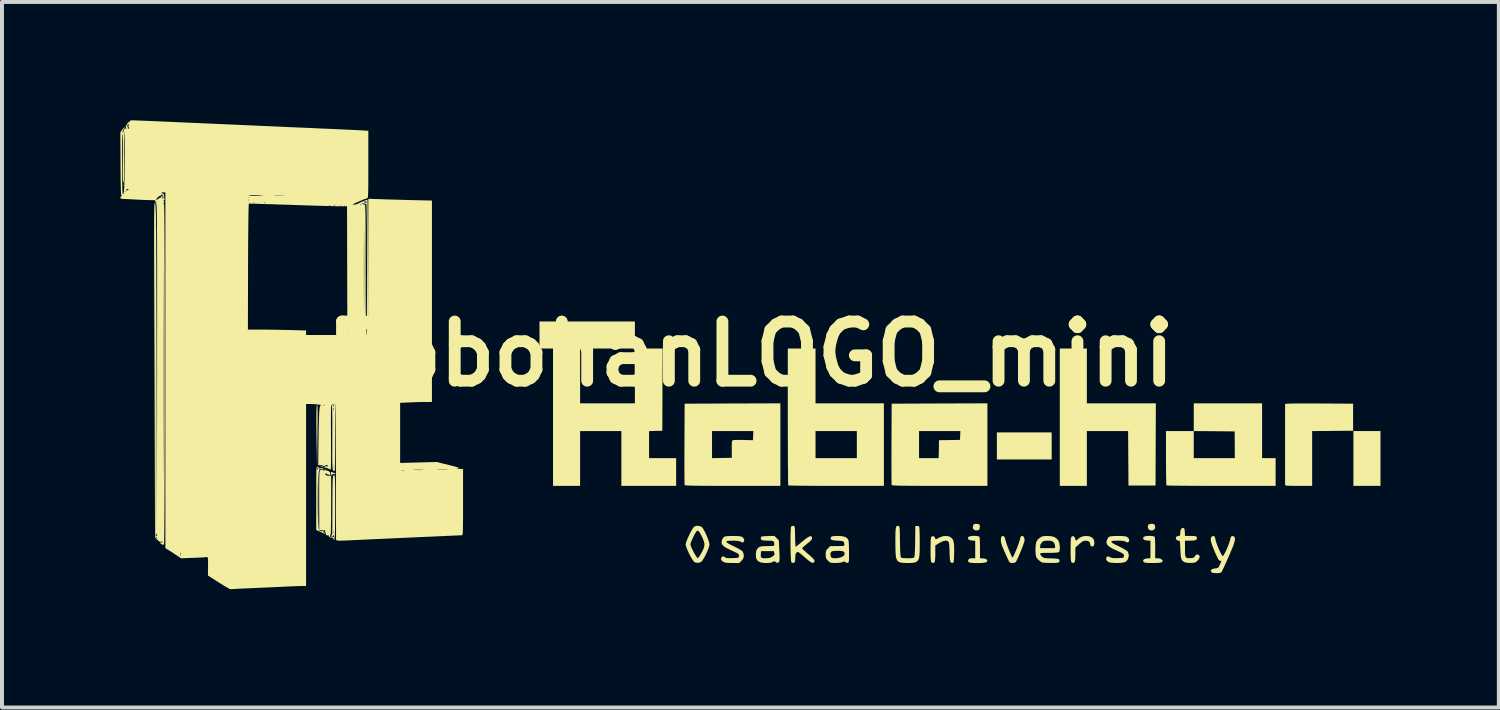
<source format=kicad_pcb>
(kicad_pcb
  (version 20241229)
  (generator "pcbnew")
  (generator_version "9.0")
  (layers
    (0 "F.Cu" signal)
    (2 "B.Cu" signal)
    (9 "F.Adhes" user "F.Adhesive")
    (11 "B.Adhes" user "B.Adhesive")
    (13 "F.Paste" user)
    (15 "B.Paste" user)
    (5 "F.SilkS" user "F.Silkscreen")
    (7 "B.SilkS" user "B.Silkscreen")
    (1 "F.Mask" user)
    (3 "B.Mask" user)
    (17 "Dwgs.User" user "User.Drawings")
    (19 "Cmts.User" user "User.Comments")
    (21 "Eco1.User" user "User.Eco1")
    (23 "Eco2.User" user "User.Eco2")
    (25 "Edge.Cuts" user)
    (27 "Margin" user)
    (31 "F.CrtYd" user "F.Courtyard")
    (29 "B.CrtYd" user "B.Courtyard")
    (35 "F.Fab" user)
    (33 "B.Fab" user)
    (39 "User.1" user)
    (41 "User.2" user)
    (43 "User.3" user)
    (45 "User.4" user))
  (footprint "RobohanLOGO_mini"
    (layer "F.Cu")
    (at 15.977 5.922)
    (property "Reference" "RobohanLOGO_mini" (at 0 0 0) (layer "F.SilkS") (effects (font (size 1.5 1.5) (thickness 0.3))))
    (attr board_only exclude_from_pos_files exclude_from_bom)
    (fp_poly (pts (xy -10.985 1.297) (xy -10.985 1.297) (xy -10.985 1.295)) (stroke (width 0) (type solid)) (fill yes) (layer "F.SilkS"))
    (fp_poly (pts (xy -10.95 2.821) (xy -10.95 2.821) (xy -10.95 2.821)) (stroke (width 0) (type solid)) (fill yes) (layer "F.SilkS"))
    (fp_poly (pts (xy -10.908 2.873) (xy -10.916 2.881) (xy -10.925 2.873) (xy -10.916 2.864)) (stroke (width 0) (type solid)) (fill yes) (layer "F.SilkS"))
    (fp_poly (pts (xy -15.904 -4.291) (xy -15.902 -4.264) (xy -15.905 -4.258) (xy -15.913 -4.263) (xy -15.914 -4.28) (xy -15.91 -4.299)) (stroke (width 0) (type solid)) (fill yes) (layer "F.SilkS"))
    (fp_poly (pts (xy -10.78 2.926) (xy -10.756 2.94) (xy -10.76 2.949) (xy -10.77 2.95) (xy -10.793 2.937) (xy -10.796 2.933) (xy -10.793 2.923)) (stroke (width 0) (type solid)) (fill yes) (layer "F.SilkS"))
    (fp_poly (pts (xy 7.632 2.332) (xy 7.632 2.675) (xy 6.937 2.675) (xy 6.243 2.675) (xy 6.243 2.332) (xy 6.243 1.989) (xy 6.937 1.989) (xy 7.632 1.989)) (stroke (width 0) (type solid)) (fill yes) (layer "F.SilkS"))
    (fp_poly (pts (xy 15.967 2.65) (xy 15.967 3.344) (xy 15.624 3.344) (xy 15.281 3.344) (xy 15.281 2.65) (xy 15.281 1.955) (xy 15.624 1.955) (xy 15.967 1.955)) (stroke (width 0) (type solid)) (fill yes) (layer "F.SilkS"))
    (fp_poly (pts (xy -10.985 1.297) (xy -10.994 2.058) (xy -11.002 2.821) (xy -11.007 2.052) (xy -11.007 1.863) (xy -11.008 1.706) (xy -11.007 1.578) (xy -11.006 1.477) (xy -11.004 1.401) (xy -11.002 1.347) (xy -10.998 1.312) (xy -10.994 1.294) (xy -10.989 1.291)) (stroke (width 0) (type solid)) (fill yes) (layer "F.SilkS"))
    (fp_poly (pts (xy -10.984 1.3) (xy -10.979 1.326) (xy -10.975 1.371) (xy -10.971 1.437) (xy -10.968 1.527) (xy -10.965 1.642) (xy -10.963 1.787) (xy -10.96 1.962) (xy -10.959 2.059) (xy -10.95 2.821) (xy -10.968 2.821) (xy -10.977 2.058) (xy -10.985 1.297)) (stroke (width 0) (type solid)) (fill yes) (layer "F.SilkS"))
    (fp_poly (pts (xy 10.221 4.312) (xy 10.247 4.337) (xy 10.256 4.386) (xy 10.256 4.4) (xy 10.242 4.441) (xy 10.206 4.467) (xy 10.159 4.476) (xy 10.113 4.463) (xy 10.094 4.449) (xy 10.071 4.407) (xy 10.071 4.359) (xy 10.088 4.325) (xy 10.118 4.312) (xy 10.164 4.305) (xy 10.172 4.305)) (stroke (width 0) (type solid)) (fill yes) (layer "F.SilkS"))
    (fp_poly (pts (xy 5.739 4.308) (xy 5.782 4.314) (xy 5.803 4.33) (xy 5.81 4.364) (xy 5.811 4.37) (xy 5.809 4.417) (xy 5.796 4.451) (xy 5.796 4.452) (xy 5.76 4.472) (xy 5.711 4.474) (xy 5.665 4.459) (xy 5.652 4.449) (xy 5.635 4.411) (xy 5.636 4.363) (xy 5.654 4.321) (xy 5.657 4.318) (xy 5.683 4.309) (xy 5.727 4.307)) (stroke (width 0) (type solid)) (fill yes) (layer "F.SilkS"))
    (fp_poly (pts (xy -10.609 2.997) (xy -10.583 3.012) (xy -10.58 3.012) (xy -10.549 3.016) (xy -10.548 3.016) (xy -10.531 3.032) (xy -10.53 3.038) (xy -10.545 3.049) (xy -10.573 3.046) (xy -10.603 3.042) (xy -10.607 3.055) (xy -10.605 3.061) (xy -10.605 3.083) (xy -10.612 3.087) (xy -10.627 3.072) (xy -10.637 3.036) (xy -10.637 3.036) (xy -10.638 2.995) (xy -10.626 2.985)) (stroke (width 0) (type solid)) (fill yes) (layer "F.SilkS"))
    (fp_poly (pts (xy 8.524 0.557) (xy 8.524 1.252) (xy 9.399 1.252) (xy 10.273 1.252) (xy 10.269 2.294) (xy 10.265 3.336) (xy 9.922 3.336) (xy 9.579 3.336) (xy 9.574 2.645) (xy 9.57 1.955) (xy 9.047 1.955) (xy 8.524 1.955) (xy 8.524 2.65) (xy 8.524 3.344) (xy 8.181 3.344) (xy 7.838 3.344) (xy 7.838 1.604) (xy 7.838 -0.137) (xy 8.181 -0.137) (xy 8.524 -0.137)) (stroke (width 0) (type solid)) (fill yes) (layer "F.SilkS"))
    (fp_poly (pts (xy -2.933 -0.48) (xy -2.933 -0.137) (xy -3.627 -0.137) (xy -4.322 -0.137) (xy -4.322 0.557) (xy -4.322 1.252) (xy -3.627 1.252) (xy -2.933 1.252) (xy -2.933 0.557) (xy -2.933 -0.137) (xy -2.581 -0.137) (xy -2.229 -0.137) (xy -2.234 0.905) (xy -2.238 1.947) (xy -2.405 1.951) (xy -2.573 1.956) (xy -2.573 2.299) (xy -2.573 2.641) (xy -2.23 2.641) (xy -1.887 2.641) (xy -1.887 2.993) (xy -1.887 3.344) (xy -2.581 3.344) (xy -3.276 3.344) (xy -3.276 2.65) (xy -3.276 1.955) (xy -3.799 1.955) (xy -4.322 1.955) (xy -4.322 2.65) (xy -4.322 3.344) (xy -4.665 3.344) (xy -5.008 3.344) (xy -5.008 1.604) (xy -5.008 -0.137) (xy -5.179 -0.137) (xy -5.351 -0.137) (xy -5.351 -0.48) (xy -5.351 -0.823) (xy -4.142 -0.823) (xy -2.933 -0.823)) (stroke (width 0) (type solid)) (fill yes) (layer "F.SilkS"))
    (fp_poly (pts (xy 5.722 4.614) (xy 5.772 4.622) (xy 5.801 4.636) (xy 5.804 4.641) (xy 5.807 4.667) (xy 5.81 4.72) (xy 5.813 4.795) (xy 5.814 4.883) (xy 5.814 4.923) (xy 5.814 5.178) (xy 5.894 5.183) (xy 5.956 5.194) (xy 5.992 5.217) (xy 6 5.248) (xy 5.987 5.272) (xy 5.959 5.285) (xy 5.906 5.294) (xy 5.836 5.3) (xy 5.757 5.302) (xy 5.678 5.301) (xy 5.607 5.296) (xy 5.553 5.288) (xy 5.524 5.276) (xy 5.523 5.275) (xy 5.512 5.244) (xy 5.522 5.215) (xy 5.543 5.191) (xy 5.581 5.181) (xy 5.617 5.179) (xy 5.694 5.179) (xy 5.694 4.957) (xy 5.694 4.735) (xy 5.614 4.73) (xy 5.552 4.719) (xy 5.516 4.696) (xy 5.508 4.665) (xy 5.521 4.641) (xy 5.551 4.625) (xy 5.601 4.615) (xy 5.661 4.611)) (stroke (width 0) (type solid)) (fill yes) (layer "F.SilkS"))
    (fp_poly (pts (xy 10.164 4.614) (xy 10.214 4.622) (xy 10.243 4.636) (xy 10.246 4.641) (xy 10.249 4.667) (xy 10.252 4.72) (xy 10.255 4.795) (xy 10.256 4.883) (xy 10.256 4.924) (xy 10.256 5.179) (xy 10.323 5.179) (xy 10.378 5.188) (xy 10.421 5.209) (xy 10.444 5.238) (xy 10.445 5.246) (xy 10.438 5.268) (xy 10.414 5.283) (xy 10.369 5.293) (xy 10.298 5.298) (xy 10.197 5.3) (xy 10.195 5.3) (xy 10.103 5.299) (xy 10.039 5.296) (xy 9.998 5.29) (xy 9.973 5.281) (xy 9.963 5.272) (xy 9.949 5.237) (xy 9.966 5.209) (xy 10.011 5.189) (xy 10.056 5.183) (xy 10.136 5.178) (xy 10.136 4.957) (xy 10.136 4.735) (xy 10.056 4.73) (xy 9.994 4.719) (xy 9.958 4.696) (xy 9.95 4.665) (xy 9.963 4.641) (xy 9.993 4.625) (xy 10.043 4.615) (xy 10.103 4.611)) (stroke (width 0) (type solid)) (fill yes) (layer "F.SilkS"))
    (fp_poly (pts (xy 12.966 1.947) (xy 12.966 2.641) (xy 13.137 2.641) (xy 13.309 2.641) (xy 13.309 2.993) (xy 13.309 3.344) (xy 11.931 3.344) (xy 11.717 3.344) (xy 11.512 3.344) (xy 11.32 3.343) (xy 11.144 3.342) (xy 10.984 3.341) (xy 10.846 3.34) (xy 10.73 3.339) (xy 10.639 3.337) (xy 10.577 3.335) (xy 10.545 3.334) (xy 10.542 3.333) (xy 10.539 3.314) (xy 10.537 3.264) (xy 10.535 3.188) (xy 10.533 3.088) (xy 10.532 2.969) (xy 10.531 2.834) (xy 10.53 2.687) (xy 10.53 2.638) (xy 10.53 1.955) (xy 10.882 1.955) (xy 11.234 1.955) (xy 11.234 2.298) (xy 11.234 2.641) (xy 11.754 2.641) (xy 12.274 2.641) (xy 12.273 2.302) (xy 12.271 1.964) (xy 11.752 1.959) (xy 11.234 1.955) (xy 11.234 1.604) (xy 11.234 1.252) (xy 12.1 1.252) (xy 12.966 1.252)) (stroke (width 0) (type solid)) (fill yes) (layer "F.SilkS"))
    (fp_poly (pts (xy 14.38 1.256) (xy 14.411 1.256) (xy 15.273 1.261) (xy 15.273 1.604) (xy 15.273 1.947) (xy 14.754 1.951) (xy 14.235 1.956) (xy 14.235 2.65) (xy 14.235 3.344) (xy 13.892 3.344) (xy 13.774 3.344) (xy 13.685 3.343) (xy 13.623 3.341) (xy 13.583 3.337) (xy 13.56 3.331) (xy 13.55 3.324) (xy 13.549 3.319) (xy 13.549 3.297) (xy 13.549 3.245) (xy 13.549 3.164) (xy 13.549 3.058) (xy 13.549 2.931) (xy 13.549 2.784) (xy 13.549 2.622) (xy 13.549 2.448) (xy 13.549 2.29) (xy 13.549 2.107) (xy 13.549 1.935) (xy 13.549 1.775) (xy 13.549 1.632) (xy 13.549 1.509) (xy 13.549 1.407) (xy 13.549 1.332) (xy 13.549 1.284) (xy 13.549 1.269) (xy 13.566 1.265) (xy 13.617 1.261) (xy 13.703 1.258) (xy 13.822 1.256) (xy 13.974 1.255) (xy 14.16 1.255)) (stroke (width 0) (type solid)) (fill yes) (layer "F.SilkS"))
    (fp_poly (pts (xy 6.003 2.298) (xy 6.003 3.344) (xy 4.793 3.344) (xy 4.55 3.344) (xy 4.34 3.344) (xy 4.16 3.343) (xy 4.008 3.342) (xy 3.883 3.341) (xy 3.782 3.339) (xy 3.704 3.337) (xy 3.646 3.334) (xy 3.607 3.331) (xy 3.584 3.327) (xy 3.575 3.323) (xy 3.575 3.323) (xy 3.574 3.302) (xy 3.573 3.25) (xy 3.572 3.17) (xy 3.571 3.065) (xy 3.571 2.938) (xy 3.57 2.792) (xy 3.57 2.63) (xy 3.571 2.455) (xy 3.571 2.281) (xy 3.573 1.955) (xy 4.27 1.955) (xy 4.27 2.298) (xy 4.27 2.641) (xy 4.519 2.641) (xy 4.767 2.641) (xy 4.772 2.414) (xy 4.776 2.187) (xy 5.042 2.183) (xy 5.308 2.179) (xy 5.313 2.067) (xy 5.318 1.955) (xy 4.794 1.955) (xy 4.27 1.955) (xy 3.573 1.955) (xy 3.576 1.261) (xy 4.789 1.256) (xy 6.003 1.252)) (stroke (width 0) (type solid)) (fill yes) (layer "F.SilkS"))
    (fp_poly (pts (xy 1.646 0.557) (xy 1.646 1.252) (xy 2.513 1.252) (xy 3.379 1.252) (xy 3.379 2.298) (xy 3.379 3.344) (xy 2.172 3.344) (xy 1.972 3.344) (xy 1.782 3.344) (xy 1.604 3.343) (xy 1.443 3.342) (xy 1.299 3.341) (xy 1.177 3.339) (xy 1.079 3.338) (xy 1.007 3.336) (xy 0.965 3.334) (xy 0.955 3.333) (xy 0.953 3.315) (xy 0.952 3.264) (xy 0.95 3.184) (xy 0.949 3.077) (xy 0.948 2.944) (xy 0.946 2.789) (xy 0.945 2.613) (xy 0.945 2.419) (xy 0.944 2.209) (xy 0.944 1.986) (xy 0.944 1.955) (xy 1.646 1.955) (xy 1.646 2.298) (xy 1.646 2.641) (xy 2.17 2.641) (xy 2.693 2.641) (xy 2.693 2.298) (xy 2.693 1.955) (xy 2.17 1.955) (xy 1.646 1.955) (xy 0.944 1.955) (xy 0.943 1.752) (xy 0.943 1.592) (xy 0.943 -0.137) (xy 1.295 -0.137) (xy 1.646 -0.137)) (stroke (width 0) (type solid)) (fill yes) (layer "F.SilkS"))
    (fp_poly (pts (xy 0.755 2.298) (xy 0.755 3.344) (xy -0.455 3.344) (xy -0.698 3.344) (xy -0.908 3.344) (xy -1.088 3.343) (xy -1.24 3.342) (xy -1.365 3.341) (xy -1.466 3.339) (xy -1.544 3.337) (xy -1.602 3.334) (xy -1.641 3.331) (xy -1.664 3.327) (xy -1.673 3.323) (xy -1.673 3.323) (xy -1.674 3.302) (xy -1.675 3.25) (xy -1.676 3.17) (xy -1.677 3.065) (xy -1.678 2.938) (xy -1.678 2.792) (xy -1.678 2.63) (xy -1.677 2.455) (xy -1.677 2.281) (xy -1.675 1.955) (xy -0.978 1.955) (xy -0.978 2.299) (xy -0.978 2.642) (xy -0.727 2.637) (xy -0.476 2.633) (xy -0.477 2.415) (xy -0.478 2.325) (xy -0.476 2.263) (xy -0.473 2.224) (xy -0.466 2.202) (xy -0.456 2.191) (xy -0.443 2.186) (xy -0.413 2.182) (xy -0.357 2.18) (xy -0.281 2.179) (xy -0.193 2.18) (xy -0.174 2.181) (xy 0.06 2.187) (xy 0.065 2.071) (xy 0.07 1.955) (xy -0.454 1.955) (xy -0.978 1.955) (xy -1.675 1.955) (xy -1.672 1.261) (xy -0.459 1.256) (xy 0.755 1.252)) (stroke (width 0) (type solid)) (fill yes) (layer "F.SilkS"))
    (fp_poly (pts (xy 8.583 4.622) (xy 8.648 4.649) (xy 8.693 4.694) (xy 8.695 4.698) (xy 8.709 4.742) (xy 8.713 4.794) (xy 8.707 4.842) (xy 8.693 4.873) (xy 8.687 4.877) (xy 8.645 4.88) (xy 8.616 4.858) (xy 8.61 4.833) (xy 8.599 4.777) (xy 8.565 4.745) (xy 8.506 4.734) (xy 8.501 4.734) (xy 8.459 4.737) (xy 8.423 4.749) (xy 8.383 4.776) (xy 8.33 4.821) (xy 8.232 4.908) (xy 8.232 5.083) (xy 8.23 5.176) (xy 8.224 5.239) (xy 8.211 5.278) (xy 8.191 5.296) (xy 8.172 5.3) (xy 8.145 5.289) (xy 8.133 5.279) (xy 8.124 5.257) (xy 8.118 5.209) (xy 8.114 5.132) (xy 8.112 5.024) (xy 8.112 4.955) (xy 8.113 4.843) (xy 8.114 4.761) (xy 8.117 4.703) (xy 8.122 4.665) (xy 8.13 4.642) (xy 8.139 4.629) (xy 8.174 4.617) (xy 8.206 4.634) (xy 8.227 4.674) (xy 8.229 4.688) (xy 8.239 4.724) (xy 8.257 4.73) (xy 8.287 4.704) (xy 8.294 4.698) (xy 8.354 4.651) (xy 8.428 4.623) (xy 8.507 4.613)) (stroke (width 0) (type solid)) (fill yes) (layer "F.SilkS"))
    (fp_poly (pts (xy 6.898 4.615) (xy 6.925 4.638) (xy 6.943 4.684) (xy 6.946 4.717) (xy 6.939 4.752) (xy 6.921 4.811) (xy 6.894 4.886) (xy 6.861 4.971) (xy 6.825 5.058) (xy 6.79 5.14) (xy 6.757 5.21) (xy 6.731 5.26) (xy 6.719 5.278) (xy 6.692 5.292) (xy 6.646 5.299) (xy 6.636 5.3) (xy 6.588 5.295) (xy 6.56 5.276) (xy 6.546 5.252) (xy 6.53 5.219) (xy 6.504 5.162) (xy 6.471 5.089) (xy 6.435 5.007) (xy 6.431 5) (xy 6.39 4.903) (xy 6.363 4.831) (xy 6.348 4.776) (xy 6.343 4.731) (xy 6.343 4.717) (xy 6.35 4.656) (xy 6.366 4.623) (xy 6.395 4.615) (xy 6.408 4.616) (xy 6.431 4.633) (xy 6.449 4.676) (xy 6.457 4.709) (xy 6.469 4.752) (xy 6.489 4.813) (xy 6.515 4.884) (xy 6.544 4.96) (xy 6.574 5.032) (xy 6.601 5.094) (xy 6.623 5.14) (xy 6.637 5.161) (xy 6.638 5.162) (xy 6.651 5.147) (xy 6.672 5.107) (xy 6.699 5.048) (xy 6.729 4.977) (xy 6.76 4.902) (xy 6.788 4.828) (xy 6.81 4.763) (xy 6.825 4.713) (xy 6.83 4.691) (xy 6.843 4.639) (xy 6.868 4.614)) (stroke (width 0) (type solid)) (fill yes) (layer "F.SilkS"))
    (fp_poly (pts (xy 5.04 4.629) (xy 5.09 4.662) (xy 5.118 4.692) (xy 5.137 4.729) (xy 5.15 4.778) (xy 5.158 4.843) (xy 5.161 4.932) (xy 5.16 5.047) (xy 5.159 5.077) (xy 5.157 5.166) (xy 5.154 5.226) (xy 5.149 5.263) (xy 5.142 5.284) (xy 5.13 5.293) (xy 5.115 5.296) (xy 5.09 5.295) (xy 5.071 5.278) (xy 5.058 5.243) (xy 5.05 5.184) (xy 5.045 5.098) (xy 5.043 5.02) (xy 5.041 4.936) (xy 5.037 4.861) (xy 5.031 4.804) (xy 5.025 4.775) (xy 4.996 4.741) (xy 4.946 4.732) (xy 4.88 4.745) (xy 4.8 4.783) (xy 4.78 4.795) (xy 4.682 4.856) (xy 4.682 5.057) (xy 4.681 5.156) (xy 4.675 5.224) (xy 4.665 5.268) (xy 4.649 5.292) (xy 4.626 5.299) (xy 4.622 5.3) (xy 4.594 5.289) (xy 4.583 5.279) (xy 4.574 5.257) (xy 4.568 5.209) (xy 4.564 5.132) (xy 4.562 5.024) (xy 4.562 4.955) (xy 4.563 4.842) (xy 4.564 4.759) (xy 4.568 4.7) (xy 4.573 4.662) (xy 4.58 4.64) (xy 4.588 4.631) (xy 4.625 4.618) (xy 4.659 4.633) (xy 4.677 4.665) (xy 4.684 4.687) (xy 4.694 4.696) (xy 4.715 4.691) (xy 4.755 4.67) (xy 4.781 4.656) (xy 4.874 4.621) (xy 4.962 4.612)) (stroke (width 0) (type solid)) (fill yes) (layer "F.SilkS"))
    (fp_poly (pts (xy 3.751 4.359) (xy 3.761 4.364) (xy 3.769 4.375) (xy 3.774 4.397) (xy 3.779 4.434) (xy 3.782 4.491) (xy 3.784 4.572) (xy 3.785 4.68) (xy 3.786 4.75) (xy 3.789 4.892) (xy 3.793 5.006) (xy 3.798 5.089) (xy 3.804 5.14) (xy 3.81 5.157) (xy 3.836 5.17) (xy 3.891 5.177) (xy 3.976 5.179) (xy 3.979 5.179) (xy 4.065 5.177) (xy 4.121 5.17) (xy 4.148 5.157) (xy 4.148 5.157) (xy 4.155 5.13) (xy 4.161 5.071) (xy 4.166 4.981) (xy 4.17 4.86) (xy 4.172 4.749) (xy 4.176 4.365) (xy 4.217 4.359) (xy 4.254 4.363) (xy 4.273 4.376) (xy 4.277 4.399) (xy 4.281 4.452) (xy 4.284 4.528) (xy 4.286 4.622) (xy 4.287 4.729) (xy 4.287 4.773) (xy 4.287 4.908) (xy 4.285 5.014) (xy 4.281 5.094) (xy 4.273 5.154) (xy 4.262 5.197) (xy 4.245 5.229) (xy 4.224 5.253) (xy 4.198 5.273) (xy 4.161 5.286) (xy 4.1 5.295) (xy 4.025 5.299) (xy 3.944 5.3) (xy 3.868 5.296) (xy 3.806 5.288) (xy 3.773 5.278) (xy 3.742 5.259) (xy 3.718 5.234) (xy 3.699 5.199) (xy 3.686 5.15) (xy 3.678 5.083) (xy 3.673 4.993) (xy 3.671 4.876) (xy 3.67 4.766) (xy 3.671 4.635) (xy 3.672 4.534) (xy 3.676 4.46) (xy 3.683 4.41) (xy 3.693 4.378) (xy 3.707 4.361) (xy 3.726 4.357)) (stroke (width 0) (type solid)) (fill yes) (layer "F.SilkS"))
    (fp_poly (pts (xy 11.755 4.624) (xy 11.775 4.66) (xy 11.779 4.682) (xy 11.788 4.727) (xy 11.807 4.788) (xy 11.833 4.859) (xy 11.863 4.933) (xy 11.895 5.004) (xy 11.925 5.063) (xy 11.95 5.106) (xy 11.968 5.124) (xy 11.97 5.124) (xy 11.988 5.107) (xy 12.013 5.064) (xy 12.044 5.004) (xy 12.076 4.933) (xy 12.107 4.858) (xy 12.133 4.787) (xy 12.152 4.728) (xy 12.158 4.699) (xy 12.174 4.642) (xy 12.202 4.615) (xy 12.238 4.62) (xy 12.255 4.631) (xy 12.272 4.653) (xy 12.279 4.683) (xy 12.275 4.727) (xy 12.26 4.786) (xy 12.232 4.866) (xy 12.191 4.968) (xy 12.136 5.097) (xy 12.124 5.125) (xy 12.078 5.23) (xy 12.035 5.326) (xy 11.997 5.408) (xy 11.967 5.471) (xy 11.948 5.51) (xy 11.943 5.518) (xy 11.925 5.54) (xy 11.898 5.551) (xy 11.854 5.556) (xy 11.81 5.557) (xy 11.739 5.553) (xy 11.696 5.543) (xy 11.678 5.53) (xy 11.664 5.495) (xy 11.682 5.466) (xy 11.728 5.445) (xy 11.775 5.437) (xy 11.822 5.43) (xy 11.852 5.417) (xy 11.873 5.39) (xy 11.896 5.34) (xy 11.935 5.251) (xy 11.897 5.242) (xy 11.878 5.231) (xy 11.857 5.205) (xy 11.832 5.158) (xy 11.799 5.088) (xy 11.761 5.001) (xy 11.724 4.911) (xy 11.694 4.829) (xy 11.673 4.762) (xy 11.663 4.718) (xy 11.662 4.711) (xy 11.672 4.658) (xy 11.696 4.625) (xy 11.726 4.613)) (stroke (width 0) (type solid)) (fill yes) (layer "F.SilkS"))
    (fp_poly (pts (xy -1.303 4.36) (xy -1.248 4.38) (xy -1.234 4.392) (xy -1.202 4.433) (xy -1.166 4.498) (xy -1.128 4.575) (xy -1.093 4.658) (xy -1.064 4.735) (xy -1.047 4.798) (xy -1.043 4.829) (xy -1.051 4.877) (xy -1.074 4.944) (xy -1.106 5.022) (xy -1.144 5.102) (xy -1.184 5.175) (xy -1.221 5.234) (xy -1.252 5.27) (xy -1.255 5.272) (xy -1.317 5.296) (xy -1.387 5.291) (xy -1.42 5.278) (xy -1.445 5.254) (xy -1.479 5.205) (xy -1.518 5.14) (xy -1.557 5.065) (xy -1.593 4.988) (xy -1.623 4.917) (xy -1.642 4.859) (xy -1.646 4.829) (xy -1.645 4.824) (xy -1.526 4.824) (xy -1.519 4.858) (xy -1.499 4.91) (xy -1.47 4.971) (xy -1.436 5.036) (xy -1.402 5.096) (xy -1.371 5.143) (xy -1.347 5.171) (xy -1.338 5.176) (xy -1.319 5.159) (xy -1.29 5.119) (xy -1.256 5.063) (xy -1.24 5.034) (xy -1.197 4.947) (xy -1.174 4.877) (xy -1.17 4.813) (xy -1.185 4.746) (xy -1.219 4.664) (xy -1.239 4.622) (xy -1.28 4.544) (xy -1.312 4.496) (xy -1.34 4.479) (xy -1.369 4.494) (xy -1.401 4.539) (xy -1.441 4.616) (xy -1.45 4.634) (xy -1.482 4.703) (xy -1.508 4.764) (xy -1.523 4.808) (xy -1.526 4.824) (xy -1.645 4.824) (xy -1.639 4.789) (xy -1.618 4.73) (xy -1.588 4.658) (xy -1.552 4.581) (xy -1.514 4.506) (xy -1.477 4.442) (xy -1.446 4.395) (xy -1.426 4.375) (xy -1.367 4.357)) (stroke (width 0) (type solid)) (fill yes) (layer "F.SilkS"))
    (fp_poly (pts (xy 10.969 4.41) (xy 10.989 4.42) (xy 11 4.445) (xy 11.006 4.493) (xy 11.007 4.515) (xy 11.012 4.614) (xy 11.156 4.614) (xy 11.227 4.614) (xy 11.271 4.618) (xy 11.295 4.626) (xy 11.308 4.639) (xy 11.311 4.649) (xy 11.315 4.686) (xy 11.297 4.712) (xy 11.253 4.727) (xy 11.18 4.733) (xy 11.146 4.734) (xy 11.011 4.734) (xy 11.011 4.937) (xy 11.012 5.034) (xy 11.016 5.101) (xy 11.027 5.144) (xy 11.048 5.167) (xy 11.081 5.177) (xy 11.13 5.177) (xy 11.151 5.176) (xy 11.207 5.17) (xy 11.239 5.159) (xy 11.257 5.137) (xy 11.259 5.132) (xy 11.288 5.094) (xy 11.325 5.081) (xy 11.359 5.096) (xy 11.365 5.103) (xy 11.382 5.129) (xy 11.385 5.15) (xy 11.372 5.179) (xy 11.354 5.21) (xy 11.319 5.252) (xy 11.28 5.281) (xy 11.275 5.283) (xy 11.219 5.295) (xy 11.147 5.298) (xy 11.073 5.294) (xy 11.011 5.282) (xy 10.99 5.273) (xy 10.956 5.25) (xy 10.932 5.221) (xy 10.915 5.179) (xy 10.904 5.119) (xy 10.897 5.035) (xy 10.894 4.952) (xy 10.891 4.862) (xy 10.887 4.801) (xy 10.883 4.763) (xy 10.875 4.743) (xy 10.864 4.735) (xy 10.848 4.734) (xy 10.846 4.734) (xy 10.807 4.721) (xy 10.783 4.691) (xy 10.78 4.655) (xy 10.789 4.638) (xy 10.821 4.619) (xy 10.85 4.614) (xy 10.875 4.61) (xy 10.887 4.592) (xy 10.891 4.552) (xy 10.891 4.54) (xy 10.899 4.472) (xy 10.921 4.427) (xy 10.956 4.409)) (stroke (width 0) (type solid)) (fill yes) (layer "F.SilkS"))
    (fp_poly (pts (xy 9.4 4.615) (xy 9.467 4.62) (xy 9.516 4.627) (xy 9.526 4.63) (xy 9.57 4.659) (xy 9.595 4.699) (xy 9.596 4.74) (xy 9.583 4.763) (xy 9.56 4.78) (xy 9.538 4.777) (xy 9.512 4.762) (xy 9.479 4.747) (xy 9.43 4.738) (xy 9.358 4.734) (xy 9.305 4.734) (xy 9.22 4.735) (xy 9.166 4.742) (xy 9.142 4.755) (xy 9.149 4.774) (xy 9.188 4.803) (xy 9.259 4.841) (xy 9.336 4.878) (xy 9.416 4.918) (xy 9.484 4.956) (xy 9.535 4.988) (xy 9.559 5.01) (xy 9.585 5.075) (xy 9.584 5.146) (xy 9.559 5.213) (xy 9.511 5.265) (xy 9.502 5.271) (xy 9.457 5.286) (xy 9.388 5.296) (xy 9.307 5.3) (xy 9.222 5.299) (xy 9.146 5.292) (xy 9.087 5.28) (xy 9.07 5.273) (xy 9.027 5.238) (xy 9.01 5.196) (xy 9.021 5.156) (xy 9.027 5.149) (xy 9.048 5.133) (xy 9.072 5.134) (xy 9.111 5.152) (xy 9.15 5.168) (xy 9.2 5.176) (xy 9.27 5.177) (xy 9.313 5.176) (xy 9.383 5.173) (xy 9.427 5.169) (xy 9.45 5.161) (xy 9.46 5.147) (xy 9.464 5.127) (xy 9.465 5.103) (xy 9.459 5.084) (xy 9.441 5.065) (xy 9.407 5.044) (xy 9.352 5.017) (xy 9.271 4.98) (xy 9.255 4.973) (xy 9.156 4.925) (xy 9.087 4.882) (xy 9.045 4.841) (xy 9.024 4.799) (xy 9.021 4.773) (xy 9.036 4.708) (xy 9.072 4.65) (xy 9.088 4.635) (xy 9.118 4.626) (xy 9.172 4.619) (xy 9.243 4.615) (xy 9.322 4.614)) (stroke (width 0) (type solid)) (fill yes) (layer "F.SilkS"))
    (fp_poly (pts (xy 0.659 4.669) (xy 0.716 4.725) (xy 0.728 4.987) (xy 0.733 5.097) (xy 0.734 5.176) (xy 0.732 5.23) (xy 0.726 5.262) (xy 0.72 5.274) (xy 0.689 5.297) (xy 0.655 5.289) (xy 0.633 5.272) (xy 0.608 5.254) (xy 0.584 5.258) (xy 0.563 5.272) (xy 0.516 5.29) (xy 0.448 5.3) (xy 0.369 5.3) (xy 0.293 5.292) (xy 0.231 5.276) (xy 0.212 5.266) (xy 0.171 5.234) (xy 0.146 5.192) (xy 0.135 5.132) (xy 0.135 5.123) (xy 0.258 5.123) (xy 0.268 5.157) (xy 0.296 5.174) (xy 0.349 5.179) (xy 0.381 5.179) (xy 0.452 5.176) (xy 0.503 5.164) (xy 0.549 5.139) (xy 0.552 5.137) (xy 0.591 5.107) (xy 0.606 5.083) (xy 0.603 5.051) (xy 0.602 5.047) (xy 0.589 4.999) (xy 0.428 4.999) (xy 0.266 4.999) (xy 0.26 5.066) (xy 0.258 5.123) (xy 0.135 5.123) (xy 0.133 5.074) (xy 0.145 4.989) (xy 0.179 4.925) (xy 0.234 4.887) (xy 0.27 4.88) (xy 0.329 4.874) (xy 0.403 4.871) (xy 0.438 4.871) (xy 0.514 4.87) (xy 0.561 4.868) (xy 0.587 4.863) (xy 0.598 4.852) (xy 0.6 4.835) (xy 0.6 4.829) (xy 0.598 4.785) (xy 0.586 4.756) (xy 0.559 4.741) (xy 0.51 4.735) (xy 0.44 4.733) (xy 0.356 4.731) (xy 0.301 4.724) (xy 0.271 4.71) (xy 0.259 4.687) (xy 0.26 4.663) (xy 0.264 4.644) (xy 0.275 4.632) (xy 0.299 4.625) (xy 0.343 4.621) (xy 0.413 4.618) (xy 0.434 4.617) (xy 0.602 4.612)) (stroke (width 0) (type solid)) (fill yes) (layer "F.SilkS"))
    (fp_poly (pts (xy -0.359 4.615) (xy -0.291 4.62) (xy -0.243 4.627) (xy -0.232 4.63) (xy -0.189 4.659) (xy -0.164 4.699) (xy -0.163 4.74) (xy -0.176 4.763) (xy -0.199 4.78) (xy -0.221 4.777) (xy -0.247 4.762) (xy -0.28 4.747) (xy -0.329 4.738) (xy -0.401 4.734) (xy -0.454 4.734) (xy -0.539 4.735) (xy -0.593 4.742) (xy -0.617 4.755) (xy -0.609 4.774) (xy -0.57 4.803) (xy -0.5 4.841) (xy -0.423 4.878) (xy -0.343 4.918) (xy -0.274 4.956) (xy -0.224 4.988) (xy -0.2 5.01) (xy -0.181 5.054) (xy -0.172 5.109) (xy -0.172 5.116) (xy -0.178 5.167) (xy -0.202 5.21) (xy -0.23 5.241) (xy -0.288 5.3) (xy -0.466 5.299) (xy -0.552 5.298) (xy -0.612 5.294) (xy -0.654 5.286) (xy -0.688 5.271) (xy -0.7 5.265) (xy -0.741 5.227) (xy -0.752 5.187) (xy -0.731 5.15) (xy -0.717 5.139) (xy -0.687 5.131) (xy -0.655 5.151) (xy -0.633 5.165) (xy -0.602 5.174) (xy -0.553 5.177) (xy -0.48 5.176) (xy -0.461 5.176) (xy -0.386 5.173) (xy -0.339 5.169) (xy -0.312 5.163) (xy -0.3 5.151) (xy -0.296 5.132) (xy -0.295 5.127) (xy -0.294 5.103) (xy -0.3 5.084) (xy -0.317 5.065) (xy -0.351 5.044) (xy -0.407 5.017) (xy -0.488 4.98) (xy -0.503 4.973) (xy -0.602 4.925) (xy -0.671 4.882) (xy -0.714 4.841) (xy -0.735 4.799) (xy -0.737 4.773) (xy -0.723 4.708) (xy -0.686 4.65) (xy -0.67 4.635) (xy -0.641 4.626) (xy -0.586 4.619) (xy -0.515 4.615) (xy -0.437 4.614)) (stroke (width 0) (type solid)) (fill yes) (layer "F.SilkS"))
    (fp_poly (pts (xy 1.098 4.362) (xy 1.109 4.37) (xy 1.117 4.387) (xy 1.122 4.419) (xy 1.125 4.471) (xy 1.127 4.548) (xy 1.128 4.626) (xy 1.13 4.717) (xy 1.133 4.794) (xy 1.137 4.851) (xy 1.141 4.883) (xy 1.143 4.888) (xy 1.159 4.878) (xy 1.196 4.849) (xy 1.248 4.807) (xy 1.311 4.756) (xy 1.318 4.75) (xy 1.402 4.683) (xy 1.464 4.64) (xy 1.509 4.62) (xy 1.538 4.622) (xy 1.553 4.645) (xy 1.557 4.665) (xy 1.555 4.689) (xy 1.539 4.716) (xy 1.506 4.75) (xy 1.45 4.797) (xy 1.433 4.811) (xy 1.377 4.856) (xy 1.334 4.894) (xy 1.308 4.919) (xy 1.304 4.926) (xy 1.316 4.941) (xy 1.349 4.974) (xy 1.398 5.019) (xy 1.457 5.07) (xy 1.531 5.135) (xy 1.581 5.183) (xy 1.611 5.217) (xy 1.622 5.243) (xy 1.619 5.264) (xy 1.61 5.276) (xy 1.591 5.292) (xy 1.569 5.296) (xy 1.537 5.284) (xy 1.493 5.255) (xy 1.432 5.206) (xy 1.369 5.152) (xy 1.3 5.092) (xy 1.251 5.052) (xy 1.218 5.029) (xy 1.197 5.02) (xy 1.181 5.023) (xy 1.166 5.034) (xy 1.165 5.035) (xy 1.146 5.061) (xy 1.135 5.1) (xy 1.132 5.163) (xy 1.132 5.172) (xy 1.13 5.235) (xy 1.122 5.272) (xy 1.106 5.288) (xy 1.105 5.289) (xy 1.068 5.299) (xy 1.043 5.288) (xy 1.032 5.279) (xy 1.027 5.257) (xy 1.022 5.206) (xy 1.018 5.132) (xy 1.015 5.041) (xy 1.013 4.938) (xy 1.012 4.83) (xy 1.011 4.721) (xy 1.012 4.618) (xy 1.014 4.527) (xy 1.018 4.452) (xy 1.022 4.4) (xy 1.027 4.376) (xy 1.054 4.361) (xy 1.082 4.359)) (stroke (width 0) (type solid)) (fill yes) (layer "F.SilkS"))
    (fp_poly (pts (xy 7.63 4.621) (xy 7.706 4.644) (xy 7.765 4.686) (xy 7.804 4.738) (xy 7.823 4.786) (xy 7.834 4.849) (xy 7.839 4.916) (xy 7.835 4.975) (xy 7.822 5.016) (xy 7.817 5.022) (xy 7.79 5.032) (xy 7.732 5.038) (xy 7.641 5.042) (xy 7.569 5.042) (xy 7.475 5.043) (xy 7.41 5.045) (xy 7.37 5.049) (xy 7.348 5.055) (xy 7.341 5.065) (xy 7.34 5.069) (xy 7.352 5.098) (xy 7.381 5.133) (xy 7.385 5.137) (xy 7.408 5.155) (xy 7.433 5.168) (xy 7.469 5.175) (xy 7.523 5.18) (xy 7.603 5.183) (xy 7.619 5.183) (xy 7.706 5.186) (xy 7.764 5.191) (xy 7.8 5.198) (xy 7.82 5.209) (xy 7.826 5.217) (xy 7.834 5.25) (xy 7.822 5.272) (xy 7.805 5.285) (xy 7.776 5.293) (xy 7.727 5.297) (xy 7.653 5.298) (xy 7.608 5.298) (xy 7.529 5.297) (xy 7.461 5.294) (xy 7.412 5.29) (xy 7.392 5.287) (xy 7.337 5.255) (xy 7.284 5.208) (xy 7.246 5.158) (xy 7.239 5.142) (xy 7.227 5.085) (xy 7.222 5.009) (xy 7.222 4.925) (xy 7.222 4.922) (xy 7.34 4.922) (xy 7.529 4.922) (xy 7.718 4.922) (xy 7.718 4.868) (xy 7.703 4.808) (xy 7.68 4.773) (xy 7.654 4.751) (xy 7.62 4.739) (xy 7.568 4.734) (xy 7.534 4.734) (xy 7.47 4.736) (xy 7.428 4.744) (xy 7.398 4.761) (xy 7.383 4.776) (xy 7.348 4.83) (xy 7.34 4.87) (xy 7.34 4.922) (xy 7.222 4.922) (xy 7.227 4.845) (xy 7.238 4.781) (xy 7.245 4.76) (xy 7.274 4.714) (xy 7.319 4.669) (xy 7.334 4.658) (xy 7.375 4.634) (xy 7.415 4.621) (xy 7.468 4.615) (xy 7.529 4.614)) (stroke (width 0) (type solid)) (fill yes) (layer "F.SilkS"))
    (fp_poly (pts (xy 2.319 4.62) (xy 2.398 4.639) (xy 2.451 4.673) (xy 2.48 4.723) (xy 2.482 4.729) (xy 2.487 4.763) (xy 2.491 4.823) (xy 2.494 4.903) (xy 2.495 4.995) (xy 2.495 5.033) (xy 2.495 5.133) (xy 2.494 5.203) (xy 2.491 5.249) (xy 2.485 5.277) (xy 2.477 5.291) (xy 2.465 5.296) (xy 2.464 5.296) (xy 2.427 5.291) (xy 2.404 5.277) (xy 2.378 5.26) (xy 2.35 5.265) (xy 2.332 5.275) (xy 2.289 5.288) (xy 2.22 5.297) (xy 2.155 5.299) (xy 2.087 5.298) (xy 2.042 5.294) (xy 2.011 5.283) (xy 1.984 5.262) (xy 1.962 5.241) (xy 1.928 5.203) (xy 1.911 5.169) (xy 1.904 5.123) (xy 1.904 5.085) (xy 2.024 5.085) (xy 2.03 5.13) (xy 2.044 5.159) (xy 2.079 5.174) (xy 2.136 5.18) (xy 2.203 5.176) (xy 2.268 5.163) (xy 2.316 5.145) (xy 2.364 5.114) (xy 2.383 5.082) (xy 2.384 5.071) (xy 2.378 5.034) (xy 2.358 5.011) (xy 2.317 4.997) (xy 2.251 4.991) (xy 2.204 4.991) (xy 2.123 4.993) (xy 2.07 5.002) (xy 2.04 5.02) (xy 2.026 5.051) (xy 2.024 5.085) (xy 1.904 5.085) (xy 1.906 5.026) (xy 1.916 4.986) (xy 1.94 4.952) (xy 1.962 4.929) (xy 2.02 4.871) (xy 2.202 4.871) (xy 2.285 4.87) (xy 2.339 4.868) (xy 2.368 4.86) (xy 2.379 4.844) (xy 2.377 4.817) (xy 2.369 4.785) (xy 2.361 4.764) (xy 2.347 4.751) (xy 2.319 4.743) (xy 2.27 4.738) (xy 2.205 4.734) (xy 2.126 4.728) (xy 2.075 4.719) (xy 2.046 4.707) (xy 2.035 4.696) (xy 2.027 4.663) (xy 2.04 4.641) (xy 2.06 4.627) (xy 2.097 4.618) (xy 2.157 4.614) (xy 2.21 4.614)) (stroke (width 0) (type solid)) (fill yes) (layer "F.SilkS"))
    (fp_poly (pts (xy -10.976 2.859) (xy -10.948 2.877) (xy -10.942 2.892) (xy -10.936 2.908) (xy -10.924 2.904) (xy -10.885 2.904) (xy -10.883 2.914) (xy -10.873 2.916) (xy -10.859 2.909) (xy -10.862 2.904) (xy -10.882 2.902) (xy -10.885 2.904) (xy -10.924 2.904) (xy -10.911 2.9) (xy -10.908 2.898) (xy -10.877 2.89) (xy -10.847 2.894) (xy -10.829 2.905) (xy -10.833 2.92) (xy -10.838 2.923) (xy -10.87 2.929) (xy -10.885 2.925) (xy -10.902 2.92) (xy -10.916 2.919) (xy -10.928 2.926) (xy -10.937 2.943) (xy -10.945 2.973) (xy -10.95 3.019) (xy -10.954 3.083) (xy -10.957 3.169) (xy -10.958 3.279) (xy -10.959 3.416) (xy -10.959 3.583) (xy -10.959 3.713) (xy -10.959 3.898) (xy -10.959 4.051) (xy -10.959 4.176) (xy -10.957 4.275) (xy -10.954 4.351) (xy -10.95 4.407) (xy -10.943 4.446) (xy -10.934 4.471) (xy -10.922 4.484) (xy -10.907 4.49) (xy -10.888 4.489) (xy -10.866 4.486) (xy -10.855 4.484) (xy -10.819 4.481) (xy -10.813 4.486) (xy -10.832 4.504) (xy -10.832 4.504) (xy -10.849 4.52) (xy -10.843 4.519) (xy -10.816 4.521) (xy -10.795 4.535) (xy -10.779 4.555) (xy -10.786 4.56) (xy -10.818 4.549) (xy -10.878 4.523) (xy -10.903 4.511) (xy -10.923 4.502) (xy -10.891 4.502) (xy -10.882 4.511) (xy -10.873 4.502) (xy -10.882 4.493) (xy -10.891 4.502) (xy -10.923 4.502) (xy -11.011 4.461) (xy -11.011 3.705) (xy -10.986 3.705) (xy -10.986 3.847) (xy -10.985 3.966) (xy -10.985 4.06) (xy -10.984 4.127) (xy -10.984 4.166) (xy -10.983 4.175) (xy -10.982 4.153) (xy -10.981 4.099) (xy -10.981 4.086) (xy -10.979 3.941) (xy -10.979 3.776) (xy -10.979 3.605) (xy -10.98 3.442) (xy -10.981 3.323) (xy -10.982 3.263) (xy -10.983 3.235) (xy -10.983 3.239) (xy -10.984 3.273) (xy -10.985 3.336) (xy -10.985 3.425) (xy -10.986 3.54) (xy -10.986 3.679) (xy -10.986 3.705) (xy -11.011 3.705) (xy -11.011 3.655) (xy -11.011 3.469) (xy -11.01 3.313) (xy -11.01 3.186) (xy -11.009 3.085) (xy -11.008 3.007) (xy -11.006 2.949) (xy -11.003 2.908) (xy -11.002 2.899) (xy -10.989 2.899) (xy -10.984 2.918) (xy -10.97 2.931) (xy -10.963 2.918) (xy -10.963 2.891) (xy -10.966 2.886) (xy -10.982 2.882) (xy -10.989 2.899) (xy -11.002 2.899) (xy -11 2.881) (xy -10.995 2.866) (xy -10.989 2.859) (xy -10.982 2.858)) (stroke (width 0) (type solid)) (fill yes) (layer "F.SilkS"))
    (fp_poly (pts (xy -10.859 2.945) (xy -10.804 2.951) (xy -10.755 2.953) (xy -10.753 2.953) (xy -10.703 2.966) (xy -10.665 2.998) (xy -10.651 3.04) (xy -10.656 3.063) (xy -10.679 3.066) (xy -10.698 3.062) (xy -10.734 3.048) (xy -10.751 3.034) (xy -10.764 3.018) (xy -10.776 3.027) (xy -10.776 3.053) (xy -10.761 3.076) (xy -10.728 3.086) (xy -10.7 3.087) (xy -10.633 3.087) (xy -10.633 3.84) (xy -10.634 4.033) (xy -10.634 4.194) (xy -10.636 4.325) (xy -10.638 4.427) (xy -10.64 4.504) (xy -10.644 4.557) (xy -10.648 4.588) (xy -10.653 4.6) (xy -10.654 4.6) (xy -10.665 4.617) (xy -10.661 4.627) (xy -10.641 4.646) (xy -10.626 4.642) (xy -10.627 4.622) (xy -10.627 4.617) (xy -10.614 4.617) (xy -10.603 4.625) (xy -10.59 4.631) (xy -10.562 4.643) (xy -10.553 4.647) (xy -10.553 4.634) (xy -10.554 4.623) (xy -10.567 4.591) (xy -10.573 4.584) (xy -10.579 4.583) (xy -10.575 4.592) (xy -10.576 4.61) (xy -10.594 4.615) (xy -10.614 4.617) (xy -10.627 4.617) (xy -10.628 4.6) (xy -10.622 4.596) (xy -10.617 4.597) (xy -10.614 4.595) (xy -10.611 4.59) (xy -10.609 4.577) (xy -10.607 4.555) (xy -10.606 4.519) (xy -10.606 4.518) (xy -10.581 4.518) (xy -10.577 4.54) (xy -10.572 4.54) (xy -10.567 4.517) (xy -10.57 4.507) (xy -10.578 4.501) (xy -10.581 4.518) (xy -10.606 4.518) (xy -10.605 4.468) (xy -10.605 4.468) (xy -10.582 4.468) (xy -10.573 4.476) (xy -10.565 4.468) (xy -10.573 4.459) (xy -10.582 4.468) (xy -10.605 4.468) (xy -10.604 4.399) (xy -10.603 4.308) (xy -10.603 4.192) (xy -10.602 4.05) (xy -10.602 3.877) (xy -10.601 3.776) (xy -10.6 3.594) (xy -10.599 3.444) (xy -10.597 3.323) (xy -10.595 3.231) (xy -10.592 3.164) (xy -10.588 3.122) (xy -10.583 3.1) (xy -10.579 3.097) (xy -10.568 3.099) (xy -10.572 3.09) (xy -10.57 3.073) (xy -10.557 3.07) (xy -10.551 3.073) (xy -10.546 3.083) (xy -10.542 3.104) (xy -10.538 3.138) (xy -10.536 3.187) (xy -10.534 3.255) (xy -10.532 3.345) (xy -10.531 3.459) (xy -10.531 3.6) (xy -10.53 3.771) (xy -10.53 3.893) (xy -10.531 4.062) (xy -10.532 4.218) (xy -10.533 4.358) (xy -10.535 4.48) (xy -10.537 4.58) (xy -10.54 4.654) (xy -10.543 4.701) (xy -10.546 4.716) (xy -10.568 4.705) (xy -10.58 4.693) (xy -10.587 4.675) (xy -10.576 4.675) (xy -10.573 4.682) (xy -10.558 4.698) (xy -10.555 4.699) (xy -10.548 4.686) (xy -10.548 4.682) (xy -10.561 4.666) (xy -10.566 4.665) (xy -10.576 4.675) (xy -10.587 4.675) (xy -10.59 4.667) (xy -10.586 4.656) (xy -10.588 4.65) (xy -10.605 4.654) (xy -10.639 4.656) (xy -10.672 4.645) (xy -10.692 4.627) (xy -10.692 4.611) (xy -10.695 4.598) (xy -10.705 4.597) (xy -10.751 4.598) (xy -10.767 4.582) (xy -10.765 4.571) (xy -10.768 4.54) (xy -10.781 4.52) (xy -10.796 4.499) (xy -10.786 4.493) (xy -10.774 4.486) (xy -10.778 4.481) (xy -10.802 4.473) (xy -10.846 4.468) (xy -10.862 4.468) (xy -10.933 4.468) (xy -10.936 3.773) (xy -10.936 3.619) (xy -10.936 3.473) (xy -10.936 3.34) (xy -10.935 3.224) (xy -10.934 3.128) (xy -10.932 3.056) (xy -10.93 3.014) (xy -10.93 3.007) (xy -10.923 2.963) (xy -10.911 2.944) (xy -10.883 2.942)) (stroke (width 0) (type solid)) (fill yes) (layer "F.SilkS"))
    (fp_poly (pts (xy -15.616 -5.921) (xy -15.556 -5.918) (xy -15.465 -5.915) (xy -15.347 -5.91) (xy -15.205 -5.904) (xy -15.042 -5.897) (xy -14.863 -5.889) (xy -14.67 -5.881) (xy -14.466 -5.872) (xy -14.256 -5.863) (xy -14.043 -5.854) (xy -13.83 -5.844) (xy -13.62 -5.835) (xy -13.418 -5.826) (xy -13.226 -5.818) (xy -13.048 -5.81) (xy -12.887 -5.803) (xy -12.751 -5.797) (xy -12.58 -5.789) (xy -12.382 -5.781) (xy -12.164 -5.771) (xy -11.932 -5.761) (xy -11.695 -5.75) (xy -11.458 -5.74) (xy -11.23 -5.73) (xy -11.017 -5.721) (xy -11.011 -5.72) (xy -10.824 -5.712) (xy -10.643 -5.704) (xy -10.471 -5.697) (xy -10.313 -5.689) (xy -10.171 -5.683) (xy -10.05 -5.677) (xy -9.954 -5.672) (xy -9.885 -5.668) (xy -9.857 -5.667) (xy -9.69 -5.656) (xy -9.69 -4.8) (xy -9.69 -4.605) (xy -9.691 -4.441) (xy -9.691 -4.305) (xy -9.692 -4.197) (xy -9.694 -4.111) (xy -9.696 -4.047) (xy -9.699 -4.001) (xy -9.703 -3.97) (xy -9.707 -3.953) (xy -9.712 -3.945) (xy -9.715 -3.945) (xy -9.747 -3.938) (xy -9.792 -3.922) (xy -9.797 -3.921) (xy -9.842 -3.901) (xy -9.904 -3.875) (xy -9.968 -3.848) (xy -10.024 -3.823) (xy -10.065 -3.802) (xy -10.084 -3.79) (xy -10.084 -3.789) (xy -10.07 -3.784) (xy -10.037 -3.786) (xy -9.997 -3.794) (xy -9.963 -3.805) (xy -9.954 -3.81) (xy -9.948 -3.813) (xy -9.852 -3.813) (xy -9.844 -3.808) (xy -9.805 -3.792) (xy -9.789 -3.791) (xy -9.784 -3.789) (xy -9.779 -3.784) (xy -9.775 -3.772) (xy -9.772 -3.752) (xy -9.769 -3.722) (xy -9.767 -3.68) (xy -9.765 -3.624) (xy -9.763 -3.552) (xy -9.762 -3.462) (xy -9.761 -3.351) (xy -9.76 -3.218) (xy -9.759 -3.061) (xy -9.759 -2.878) (xy -9.759 -2.667) (xy -9.759 -2.426) (xy -9.759 -2.152) (xy -9.759 -2.135) (xy -9.758 -1.821) (xy -9.758 -1.54) (xy -9.757 -1.291) (xy -9.756 -1.075) (xy -9.754 -0.892) (xy -9.752 -0.742) (xy -9.75 -0.626) (xy -9.747 -0.544) (xy -9.745 -0.495) (xy -9.742 -0.48) (xy -9.738 -0.497) (xy -9.735 -0.549) (xy -9.733 -0.634) (xy -9.731 -0.752) (xy -9.729 -0.905) (xy -9.727 -1.09) (xy -9.726 -1.309) (xy -9.725 -1.56) (xy -9.725 -1.844) (xy -9.724 -2.134) (xy -9.724 -2.43) (xy -9.725 -2.692) (xy -9.725 -2.923) (xy -9.726 -3.124) (xy -9.727 -3.295) (xy -9.729 -3.439) (xy -9.731 -3.557) (xy -9.733 -3.65) (xy -9.735 -3.72) (xy -9.738 -3.767) (xy -9.741 -3.793) (xy -9.744 -3.8) (xy -9.774 -3.811) (xy -9.817 -3.818) (xy -9.85 -3.82) (xy -9.852 -3.813) (xy -9.948 -3.813) (xy -9.931 -3.822) (xy -9.889 -3.841) (xy -9.857 -3.855) (xy -9.805 -3.855) (xy -9.799 -3.847) (xy -9.783 -3.841) (xy -9.748 -3.835) (xy -9.73 -3.844) (xy -9.733 -3.858) (xy -9.754 -3.866) (xy -9.779 -3.863) (xy -9.805 -3.855) (xy -9.857 -3.855) (xy -9.835 -3.864) (xy -9.781 -3.886) (xy -9.737 -3.903) (xy -9.713 -3.91) (xy -9.713 -3.91) (xy -9.712 -3.894) (xy -9.711 -3.845) (xy -9.71 -3.766) (xy -9.709 -3.66) (xy -9.708 -3.529) (xy -9.707 -3.375) (xy -9.707 -3.201) (xy -9.706 -3.008) (xy -9.705 -2.8) (xy -9.704 -2.577) (xy -9.703 -2.344) (xy -9.703 -2.191) (xy -9.698 -0.472) (xy -9.694 -2.202) (xy -9.69 -3.933) (xy -9.36 -3.922) (xy -9.248 -3.918) (xy -9.11 -3.914) (xy -8.958 -3.91) (xy -8.8 -3.905) (xy -8.645 -3.901) (xy -8.554 -3.899) (xy -8.078 -3.888) (xy -8.078 -1.335) (xy -8.078 1.218) (xy -8.247 1.218) (xy -8.332 1.219) (xy -8.438 1.221) (xy -8.551 1.225) (xy -8.65 1.229) (xy -8.884 1.24) (xy -8.884 2.002) (xy -8.884 2.763) (xy -8.42 2.751) (xy -7.955 2.739) (xy -7.654 2.814) (xy -7.548 2.841) (xy -7.472 2.861) (xy -7.424 2.876) (xy -7.398 2.886) (xy -7.393 2.893) (xy -7.406 2.898) (xy -7.419 2.9) (xy -7.453 2.906) (xy -7.459 2.91) (xy -7.436 2.912) (xy -7.388 2.913) (xy -7.289 2.916) (xy -7.289 3.756) (xy -7.289 3.948) (xy -7.289 4.108) (xy -7.29 4.239) (xy -7.291 4.345) (xy -7.292 4.428) (xy -7.294 4.49) (xy -7.297 4.535) (xy -7.3 4.565) (xy -7.305 4.584) (xy -7.31 4.593) (xy -7.316 4.596) (xy -7.319 4.596) (xy -7.345 4.597) (xy -7.399 4.599) (xy -7.476 4.603) (xy -7.571 4.607) (xy -7.678 4.612) (xy -7.709 4.613) (xy -7.805 4.618) (xy -7.929 4.623) (xy -8.076 4.63) (xy -8.24 4.637) (xy -8.415 4.645) (xy -8.595 4.653) (xy -8.775 4.661) (xy -8.858 4.665) (xy -9.035 4.673) (xy -9.215 4.681) (xy -9.392 4.689) (xy -9.561 4.696) (xy -9.715 4.703) (xy -9.849 4.71) (xy -9.957 4.715) (xy -9.998 4.717) (xy -10.143 4.724) (xy -10.258 4.729) (xy -10.346 4.732) (xy -10.411 4.733) (xy -10.455 4.732) (xy -10.484 4.728) (xy -10.5 4.722) (xy -10.507 4.713) (xy -10.509 4.702) (xy -10.509 4.695) (xy -10.509 4.673) (xy -10.509 4.619) (xy -10.509 4.535) (xy -10.509 4.424) (xy -10.51 4.288) (xy -10.51 4.13) (xy -10.51 3.952) (xy -10.51 3.756) (xy -10.51 3.544) (xy -10.511 3.32) (xy -10.511 3.086) (xy -10.511 2.96) (xy -8.851 2.96) (xy -8.827 2.963) (xy -8.815 2.963) (xy -8.784 2.961) (xy -8.781 2.957) (xy -8.785 2.955) (xy -8.829 2.953) (xy -8.845 2.955) (xy -8.851 2.96) (xy -10.511 2.96) (xy -10.511 2.951) (xy -10.511 2.939) (xy -8.562 2.939) (xy -8.557 2.941) (xy -8.522 2.942) (xy -8.461 2.943) (xy -8.421 2.943) (xy -8.348 2.943) (xy -8.299 2.942) (xy -8.279 2.94) (xy -8.288 2.938) (xy -8.305 2.937) (xy -8.39 2.935) (xy -8.483 2.935) (xy -8.537 2.937) (xy -8.562 2.939) (xy -10.511 2.939) (xy -10.511 2.922) (xy -7.962 2.922) (xy -7.955 2.924) (xy -7.92 2.925) (xy -7.858 2.926) (xy -7.812 2.926) (xy -7.738 2.926) (xy -7.689 2.925) (xy -7.667 2.923) (xy -7.676 2.921) (xy -7.697 2.92) (xy -7.782 2.918) (xy -7.874 2.918) (xy -7.937 2.92) (xy -7.962 2.922) (xy -10.511 2.922) (xy -10.512 2.713) (xy -10.512 2.485) (xy -10.513 2.269) (xy -10.514 2.067) (xy -10.515 1.883) (xy -10.516 1.718) (xy -10.517 1.574) (xy -10.518 1.454) (xy -10.519 1.361) (xy -10.52 1.295) (xy -10.522 1.261) (xy -10.523 1.255) (xy -10.524 1.274) (xy -10.526 1.323) (xy -10.527 1.401) (xy -10.529 1.502) (xy -10.53 1.625) (xy -10.53 1.765) (xy -10.531 1.92) (xy -10.531 2.086) (xy -10.531 2.116) (xy -10.531 2.309) (xy -10.532 2.482) (xy -10.533 2.632) (xy -10.535 2.756) (xy -10.537 2.854) (xy -10.54 2.923) (xy -10.544 2.96) (xy -10.546 2.967) (xy -10.56 2.967) (xy -10.572 2.964) (xy -10.581 2.955) (xy -10.589 2.939) (xy -10.595 2.911) (xy -10.599 2.869) (xy -10.6 2.864) (xy -10.582 2.864) (xy -10.576 2.878) (xy -10.57 2.876) (xy -10.568 2.855) (xy -10.57 2.853) (xy -10.581 2.855) (xy -10.582 2.864) (xy -10.6 2.864) (xy -10.602 2.81) (xy -10.602 2.804) (xy -10.582 2.804) (xy -10.573 2.813) (xy -10.565 2.804) (xy -10.573 2.796) (xy -10.582 2.804) (xy -10.602 2.804) (xy -10.604 2.732) (xy -10.605 2.631) (xy -10.605 2.506) (xy -10.604 2.351) (xy -10.604 2.167) (xy -10.603 2.129) (xy -10.603 1.93) (xy -10.602 1.763) (xy -10.603 1.626) (xy -10.604 1.516) (xy -10.606 1.431) (xy -10.607 1.406) (xy -10.578 1.406) (xy -10.576 1.438) (xy -10.572 1.441) (xy -10.57 1.436) (xy -10.567 1.393) (xy -10.57 1.376) (xy -10.575 1.371) (xy -10.578 1.395) (xy -10.578 1.406) (xy -10.607 1.406) (xy -10.608 1.368) (xy -10.612 1.325) (xy -10.616 1.3) (xy -10.621 1.29) (xy -10.626 1.292) (xy -10.63 1.308) (xy -10.633 1.342) (xy -10.635 1.395) (xy -10.637 1.47) (xy -10.638 1.569) (xy -10.639 1.695) (xy -10.638 1.849) (xy -10.638 2.034) (xy -10.637 2.102) (xy -10.636 2.267) (xy -10.636 2.422) (xy -10.636 2.562) (xy -10.636 2.684) (xy -10.636 2.786) (xy -10.637 2.863) (xy -10.638 2.913) (xy -10.639 2.933) (xy -10.64 2.933) (xy -10.658 2.926) (xy -10.697 2.91) (xy -10.72 2.9) (xy -10.77 2.882) (xy -10.81 2.874) (xy -10.82 2.875) (xy -10.827 2.874) (xy -10.825 2.873) (xy -10.668 2.873) (xy -10.659 2.881) (xy -10.651 2.873) (xy -10.659 2.864) (xy -10.668 2.873) (xy -10.825 2.873) (xy -10.808 2.86) (xy -10.805 2.858) (xy -10.764 2.843) (xy -10.741 2.851) (xy -10.723 2.857) (xy -10.719 2.841) (xy -10.723 2.821) (xy -10.668 2.821) (xy -10.659 2.83) (xy -10.651 2.821) (xy -10.659 2.813) (xy -10.668 2.821) (xy -10.723 2.821) (xy -10.723 2.82) (xy -10.74 2.815) (xy -10.777 2.825) (xy -10.814 2.84) (xy -10.86 2.855) (xy -10.886 2.854) (xy -10.897 2.846) (xy -10.907 2.832) (xy -10.895 2.837) (xy -10.864 2.839) (xy -10.845 2.833) (xy -10.835 2.823) (xy -10.855 2.819) (xy -10.892 2.819) (xy -10.95 2.821) (xy -10.946 2.168) (xy -10.945 1.971) (xy -10.943 1.805) (xy -10.941 1.669) (xy -10.938 1.559) (xy -10.934 1.472) (xy -10.929 1.407) (xy -10.923 1.36) (xy -10.916 1.328) (xy -10.907 1.31) (xy -10.897 1.302) (xy -10.892 1.301) (xy -10.883 1.299) (xy -10.832 1.299) (xy -10.815 1.302) (xy -10.793 1.299) (xy -10.792 1.293) (xy -10.815 1.289) (xy -10.825 1.292) (xy -10.832 1.299) (xy -10.883 1.299) (xy -10.877 1.298) (xy -10.89 1.293) (xy -10.924 1.287) (xy -10.972 1.281) (xy -11.029 1.275) (xy -11.049 1.274) (xy -10.598 1.274) (xy -10.594 1.296) (xy -10.589 1.311) (xy -10.575 1.336) (xy -10.569 1.327) (xy -10.569 1.303) (xy -10.577 1.276) (xy -10.586 1.269) (xy -10.598 1.274) (xy -11.049 1.274) (xy -11.088 1.272) (xy -11.135 1.27) (xy -11.268 1.269) (xy -11.268 3.576) (xy -11.268 5.883) (xy -11.375 5.883) (xy -11.427 5.884) (xy -11.506 5.886) (xy -11.603 5.89) (xy -11.711 5.895) (xy -11.808 5.899) (xy -11.925 5.905) (xy -12.065 5.911) (xy -12.219 5.918) (xy -12.375 5.925) (xy -12.522 5.931) (xy -12.563 5.933) (xy -12.688 5.939) (xy -12.809 5.944) (xy -12.919 5.949) (xy -13.011 5.954) (xy -13.079 5.958) (xy -13.107 5.96) (xy -13.173 5.962) (xy -13.213 5.959) (xy -13.223 5.951) (xy -13.236 5.935) (xy -13.243 5.934) (xy -13.263 5.925) (xy -13.307 5.901) (xy -13.369 5.863) (xy -13.445 5.816) (xy -13.509 5.775) (xy -13.756 5.617) (xy -13.754 5.437) (xy -13.753 5.33) (xy -13.753 5.253) (xy -13.754 5.201) (xy -13.759 5.169) (xy -13.768 5.153) (xy -13.782 5.149) (xy -13.803 5.15) (xy -13.828 5.154) (xy -13.87 5.157) (xy -13.939 5.161) (xy -14.026 5.165) (xy -14.124 5.169) (xy -14.169 5.17) (xy -14.437 5.18) (xy -14.563 5.096) (xy -14.593 5.077) (xy -14.453 5.077) (xy -14.452 5.114) (xy -14.449 5.124) (xy -14.446 5.115) (xy -14.443 5.065) (xy -14.446 5.038) (xy -14.45 5.03) (xy -14.453 5.051) (xy -14.453 5.077) (xy -14.593 5.077) (xy -14.632 5.051) (xy -14.699 5.007) (xy -14.753 4.973) (xy -14.762 4.967) (xy -14.835 4.922) (xy -14.835 0.414) (xy -14.835 -0.617) (xy -12.743 -0.617) (xy -12.43 -0.617) (xy -12.317 -0.617) (xy -12.18 -0.615) (xy -12.03 -0.613) (xy -11.877 -0.61) (xy -11.731 -0.607) (xy -11.692 -0.606) (xy -11.268 -0.595) (xy -11.268 -0.537) (xy -11.268 -0.48) (xy -10.745 -0.48) (xy -10.222 -0.48) (xy -10.226 -2.112) (xy -10.226 -2.127) (xy -9.802 -2.127) (xy -9.802 -1.911) (xy -9.802 -1.719) (xy -9.802 -1.551) (xy -9.801 -1.408) (xy -9.801 -1.291) (xy -9.801 -1.202) (xy -9.8 -1.141) (xy -9.8 -1.109) (xy -9.799 -1.108) (xy -9.799 -1.138) (xy -9.798 -1.2) (xy -9.797 -1.296) (xy -9.797 -1.299) (xy -9.796 -1.507) (xy -9.796 -1.739) (xy -9.795 -1.986) (xy -9.795 -2.238) (xy -9.796 -2.486) (xy -9.796 -2.721) (xy -9.797 -2.931) (xy -9.797 -2.954) (xy -9.798 -3.051) (xy -9.798 -3.114) (xy -9.799 -3.145) (xy -9.8 -3.144) (xy -9.8 -3.114) (xy -9.801 -3.054) (xy -9.801 -2.965) (xy -9.801 -2.85) (xy -9.802 -2.708) (xy -9.802 -2.54) (xy -9.802 -2.349) (xy -9.802 -2.134) (xy -9.802 -2.127) (xy -10.226 -2.127) (xy -10.23 -3.744) (xy -10.376 -3.743) (xy -10.425 -3.743) (xy -10.504 -3.744) (xy -10.607 -3.747) (xy -10.732 -3.75) (xy -10.873 -3.754) (xy -11.025 -3.758) (xy -11.085 -3.76) (xy -10.695 -3.76) (xy -10.678 -3.757) (xy -10.655 -3.76) (xy -10.655 -3.761) (xy -10.571 -3.761) (xy -10.548 -3.759) (xy -10.523 -3.761) (xy -10.526 -3.767) (xy -10.527 -3.767) (xy -10.405 -3.767) (xy -10.402 -3.757) (xy -10.393 -3.756) (xy -10.379 -3.762) (xy -10.38 -3.765) (xy -10.307 -3.765) (xy -10.299 -3.756) (xy -10.29 -3.765) (xy -10.299 -3.773) (xy -10.307 -3.765) (xy -10.38 -3.765) (xy -10.382 -3.767) (xy -10.402 -3.769) (xy -10.405 -3.767) (xy -10.527 -3.767) (xy -10.561 -3.77) (xy -10.569 -3.767) (xy -10.571 -3.761) (xy -10.655 -3.761) (xy -10.655 -3.766) (xy -10.678 -3.77) (xy -10.688 -3.768) (xy -10.695 -3.76) (xy -11.085 -3.76) (xy -11.185 -3.763) (xy -11.251 -3.765) (xy -11.423 -3.771) (xy -11.6 -3.777) (xy -11.68 -3.78) (xy -9.915 -3.78) (xy -9.893 -3.777) (xy -9.887 -3.776) (xy -9.858 -3.778) (xy -9.855 -3.784) (xy -9.857 -3.784) (xy -9.891 -3.788) (xy -9.908 -3.785) (xy -9.915 -3.78) (xy -11.68 -3.78) (xy -11.774 -3.783) (xy -11.941 -3.788) (xy -12.092 -3.793) (xy -12.223 -3.797) (xy -12.327 -3.8) (xy -12.34 -3.8) (xy -12.448 -3.804) (xy -12.545 -3.807) (xy -12.625 -3.809) (xy -12.683 -3.812) (xy -12.714 -3.813) (xy -12.717 -3.813) (xy -12.72 -3.797) (xy -12.724 -3.746) (xy -12.726 -3.662) (xy -12.729 -3.544) (xy -12.731 -3.392) (xy -12.733 -3.208) (xy -12.735 -2.99) (xy -12.737 -2.74) (xy -12.738 -2.457) (xy -12.739 -2.217) (xy -12.743 -0.617) (xy -14.835 -0.617) (xy -14.835 -3.836) (xy -12.6 -3.836) (xy -12.598 -3.826) (xy -12.589 -3.825) (xy -12.579 -3.829) (xy -12.341 -3.829) (xy -12.324 -3.826) (xy -12.302 -3.829) (xy -12.302 -3.835) (xy -12.325 -3.839) (xy -12.334 -3.836) (xy -12.341 -3.829) (xy -12.579 -3.829) (xy -12.574 -3.831) (xy -12.577 -3.836) (xy -12.597 -3.838) (xy -12.6 -3.836) (xy -14.835 -3.836) (xy -14.835 -3.85) (xy -12.726 -3.85) (xy -12.717 -3.842) (xy -12.709 -3.85) (xy -12.717 -3.859) (xy -12.726 -3.85) (xy -14.835 -3.85) (xy -14.835 -3.885) (xy -12.726 -3.885) (xy -12.717 -3.876) (xy -12.709 -3.885) (xy -12.717 -3.893) (xy -12.726 -3.885) (xy -14.835 -3.885) (xy -14.835 -3.919) (xy -12.726 -3.919) (xy -12.717 -3.91) (xy -12.709 -3.919) (xy -12.717 -3.927) (xy -12.726 -3.919) (xy -14.835 -3.919) (xy -14.835 -3.97) (xy -12.726 -3.97) (xy -12.717 -3.962) (xy -12.709 -3.97) (xy -12.717 -3.979) (xy -12.726 -3.97) (xy -14.835 -3.97) (xy -14.835 -4.007) (xy -12.085 -4.007) (xy -12.078 -4.005) (xy -12.042 -4.003) (xy -11.98 -4.003) (xy -11.954 -4.003) (xy -11.884 -4.003) (xy -11.839 -4.004) (xy -11.822 -4.006) (xy -11.835 -4.008) (xy -11.847 -4.009) (xy -11.928 -4.011) (xy -12.017 -4.011) (xy -12.061 -4.009) (xy -12.085 -4.007) (xy -14.835 -4.007) (xy -14.835 -4.018) (xy -12.726 -4.018) (xy -12.71 -4.013) (xy -12.667 -4.01) (xy -12.603 -4.009) (xy -12.525 -4.01) (xy -12.441 -4.014) (xy -12.357 -4.019) (xy -12.357 -4.019) (xy -12.347 -4.021) (xy -12.368 -4.023) (xy -12.414 -4.025) (xy -12.483 -4.027) (xy -12.507 -4.027) (xy -12.589 -4.028) (xy -12.657 -4.026) (xy -12.705 -4.023) (xy -12.725 -4.018) (xy -12.726 -4.018) (xy -14.835 -4.018) (xy -14.835 -4.094) (xy -14.887 -4.095) (xy -14.923 -4.092) (xy -14.938 -4.081) (xy -14.938 -4.081) (xy -14.924 -4.068) (xy -14.904 -4.065) (xy -14.878 -4.056) (xy -14.869 -4.023) (xy -14.869 -4.018) (xy -14.865 -3.965) (xy -14.858 -3.929) (xy -14.855 -3.901) (xy -14.864 -3.898) (xy -14.879 -3.895) (xy -14.881 -3.884) (xy -14.871 -3.861) (xy -14.862 -3.859) (xy -14.854 -3.852) (xy -14.861 -3.846) (xy -14.877 -3.826) (xy -14.883 -3.805) (xy -14.876 -3.796) (xy -14.87 -3.799) (xy -14.868 -3.785) (xy -14.866 -3.743) (xy -14.864 -3.67) (xy -14.862 -3.568) (xy -14.861 -3.435) (xy -14.859 -3.271) (xy -14.858 -3.077) (xy -14.857 -2.851) (xy -14.856 -2.593) (xy -14.855 -2.304) (xy -14.854 -1.983) (xy -14.854 -1.629) (xy -14.853 -1.242) (xy -14.853 -0.822) (xy -14.853 -0.368) (xy -14.853 0.119) (xy -14.853 0.526) (xy -14.853 1.019) (xy -14.853 1.483) (xy -14.853 1.92) (xy -14.854 2.327) (xy -14.855 2.706) (xy -14.855 3.055) (xy -14.856 3.374) (xy -14.857 3.663) (xy -14.858 3.922) (xy -14.859 4.149) (xy -14.861 4.344) (xy -14.862 4.508) (xy -14.864 4.639) (xy -14.865 4.737) (xy -14.867 4.802) (xy -14.869 4.834) (xy -14.87 4.836) (xy -14.883 4.822) (xy -14.886 4.833) (xy -14.897 4.839) (xy -14.922 4.829) (xy -14.95 4.81) (xy -14.969 4.788) (xy -14.972 4.779) (xy -14.962 4.775) (xy -14.948 4.784) (xy -14.923 4.792) (xy -14.908 4.778) (xy -14.913 4.753) (xy -14.92 4.745) (xy -14.933 4.736) (xy -14.929 4.755) (xy -14.927 4.759) (xy -14.921 4.783) (xy -14.933 4.778) (xy -14.941 4.772) (xy -14.966 4.758) (xy -14.975 4.759) (xy -14.991 4.753) (xy -15.021 4.728) (xy -15.038 4.711) (xy -15.093 4.654) (xy -15.093 4.632) (xy -15.07 4.632) (xy -15.067 4.65) (xy -15.066 4.653) (xy -15.052 4.674) (xy -15.044 4.674) (xy -15.046 4.656) (xy -15.056 4.643) (xy -15.07 4.632) (xy -15.093 4.632) (xy -15.093 4.611) (xy -15.086 4.611) (xy -15.071 4.613) (xy -15.047 4.6) (xy -15.042 4.575) (xy -15.046 4.552) (xy -15.054 4.562) (xy -15.074 4.593) (xy -15.082 4.6) (xy -15.086 4.611) (xy -15.093 4.611) (xy -15.097 0.445) (xy -15.101 -3.765) (xy -15.11 0.334) (xy -15.118 4.433) (xy -15.122 0.284) (xy -15.123 -0.162) (xy -15.123 -0.574) (xy -15.124 -0.955) (xy -15.124 -1.305) (xy -15.124 -1.626) (xy -15.124 -1.919) (xy -15.124 -2.185) (xy -15.124 -2.426) (xy -15.124 -2.642) (xy -15.123 -2.836) (xy -15.123 -3.007) (xy -15.122 -3.158) (xy -15.121 -3.29) (xy -15.12 -3.404) (xy -15.119 -3.501) (xy -15.118 -3.583) (xy -15.117 -3.65) (xy -15.115 -3.704) (xy -15.113 -3.747) (xy -15.112 -3.779) (xy -15.109 -3.802) (xy -15.107 -3.817) (xy -15.104 -3.825) (xy -15.102 -3.828) (xy -15.098 -3.826) (xy -15.097 -3.824) (xy -15.093 -3.818) (xy -15.09 -3.809) (xy -15.088 -3.795) (xy -15.085 -3.776) (xy -15.083 -3.749) (xy -15.081 -3.715) (xy -15.079 -3.67) (xy -15.077 -3.615) (xy -15.075 -3.548) (xy -15.073 -3.467) (xy -15.072 -3.371) (xy -15.071 -3.26) (xy -15.069 -3.131) (xy -15.068 -2.984) (xy -15.067 -2.816) (xy -15.066 -2.628) (xy -15.065 -2.417) (xy -15.064 -2.183) (xy -15.064 -1.924) (xy -15.063 -1.638) (xy -15.062 -1.325) (xy -15.061 -0.983) (xy -15.06 -0.611) (xy -15.059 -0.208) (xy -15.058 0.227) (xy -15.058 0.377) (xy -15.049 4.536) (xy -15.045 0.48) (xy -14.878 0.48) (xy -14.878 0.833) (xy -14.878 1.163) (xy -14.878 1.47) (xy -14.878 1.752) (xy -14.878 2.01) (xy -14.878 2.242) (xy -14.878 2.448) (xy -14.877 2.628) (xy -14.877 2.78) (xy -14.877 2.904) (xy -14.877 3) (xy -14.876 3.067) (xy -14.876 3.104) (xy -14.876 3.11) (xy -14.875 3.086) (xy -14.875 3.03) (xy -14.875 2.941) (xy -14.874 2.82) (xy -14.874 2.665) (xy -14.874 2.611) (xy -14.873 2.287) (xy -14.873 1.935) (xy -14.872 1.56) (xy -14.872 1.17) (xy -14.872 0.768) (xy -14.872 0.363) (xy -14.872 -0.041) (xy -14.872 -0.437) (xy -14.873 -0.819) (xy -14.873 -1.181) (xy -14.874 -1.518) (xy -14.874 -1.651) (xy -14.874 -1.816) (xy -14.875 -1.947) (xy -14.875 -2.046) (xy -14.875 -2.111) (xy -14.876 -2.146) (xy -14.876 -2.148) (xy -14.876 -2.121) (xy -14.877 -2.063) (xy -14.877 -1.976) (xy -14.877 -1.86) (xy -14.877 -1.717) (xy -14.877 -1.546) (xy -14.878 -1.348) (xy -14.878 -1.123) (xy -14.878 -0.873) (xy -14.878 -0.599) (xy -14.878 -0.299) (xy -14.878 0.024) (xy -14.878 0.37) (xy -14.878 0.48) (xy -15.045 0.48) (xy -15.045 0.386) (xy -15.045 -0.064) (xy -15.045 -0.481) (xy -15.044 -0.866) (xy -15.044 -1.221) (xy -15.044 -1.546) (xy -15.044 -1.843) (xy -15.044 -2.113) (xy -15.044 -2.358) (xy -15.045 -2.578) (xy -15.045 -2.776) (xy -15.046 -2.951) (xy -15.047 -3.106) (xy -15.047 -3.242) (xy -15.048 -3.36) (xy -15.05 -3.46) (xy -15.051 -3.546) (xy -15.052 -3.616) (xy -15.054 -3.674) (xy -15.056 -3.72) (xy -15.058 -3.755) (xy -15.06 -3.781) (xy -15.063 -3.799) (xy -15.066 -3.81) (xy -15.067 -3.814) (xy -15.085 -3.854) (xy -15.086 -3.859) (xy -15.058 -3.859) (xy -15.052 -3.845) (xy -15.047 -3.847) (xy -15.045 -3.868) (xy -15.047 -3.87) (xy -15.057 -3.868) (xy -15.058 -3.859) (xy -15.086 -3.859) (xy -15.093 -3.884) (xy -15.093 -3.884) (xy -15.107 -3.899) (xy -15.131 -3.899) (xy -15.16 -3.898) (xy -15.217 -3.898) (xy -15.296 -3.901) (xy -15.391 -3.904) (xy -15.44 -3.907) (xy -15.075 -3.907) (xy -15.063 -3.905) (xy -15.034 -3.921) (xy -15.026 -3.926) (xy -14.987 -3.95) (xy -14.959 -3.962) (xy -14.957 -3.962) (xy -14.94 -3.976) (xy -14.938 -3.988) (xy -14.928 -4.01) (xy -14.919 -4.013) (xy -14.907 -4) (xy -14.909 -3.979) (xy -14.91 -3.947) (xy -14.902 -3.935) (xy -14.891 -3.94) (xy -14.887 -3.965) (xy -14.892 -3.999) (xy -14.905 -4.029) (xy -14.905 -4.03) (xy -14.923 -4.046) (xy -14.932 -4.035) (xy -14.954 -4.015) (xy -14.963 -4.013) (xy -14.989 -4.002) (xy -15.024 -3.974) (xy -15.056 -3.94) (xy -15.074 -3.912) (xy -15.075 -3.907) (xy -15.44 -3.907) (xy -15.495 -3.909) (xy -15.496 -3.909) (xy -15.604 -3.915) (xy -15.705 -3.92) (xy -15.793 -3.925) (xy -15.861 -3.928) (xy -15.899 -3.929) (xy -15.948 -3.934) (xy -15.971 -3.944) (xy -15.977 -3.964) (xy -15.965 -3.991) (xy -15.951 -3.996) (xy -15.936 -4.002) (xy -15.941 -4.009) (xy -15.947 -4.017) (xy -15.952 -4.034) (xy -15.957 -4.061) (xy -15.96 -4.103) (xy -15.963 -4.161) (xy -15.965 -4.238) (xy -15.967 -4.336) (xy -15.969 -4.459) (xy -15.97 -4.609) (xy -15.972 -4.789) (xy -15.972 -4.948) (xy -15.973 -5.157) (xy -15.933 -5.157) (xy -15.933 -4.973) (xy -15.932 -4.896) (xy -15.931 -4.705) (xy -15.93 -4.546) (xy -15.929 -4.415) (xy -15.928 -4.31) (xy -15.927 -4.227) (xy -15.925 -4.165) (xy -15.923 -4.12) (xy -15.921 -4.088) (xy -15.918 -4.068) (xy -15.915 -4.057) (xy -15.911 -4.051) (xy -15.906 -4.048) (xy -15.906 -4.048) (xy -15.898 -4.06) (xy -15.89 -4.099) (xy -15.888 -4.116) (xy -15.864 -4.116) (xy -15.858 -4.102) (xy -15.853 -4.105) (xy -15.851 -4.125) (xy -15.853 -4.128) (xy -15.863 -4.125) (xy -15.864 -4.116) (xy -15.888 -4.116) (xy -15.884 -4.15) (xy -15.83 -4.15) (xy -15.82 -4.141) (xy -15.794 -4.151) (xy -15.77 -4.169) (xy -15.768 -4.18) (xy -15.791 -4.183) (xy -15.818 -4.17) (xy -15.83 -4.15) (xy -15.884 -4.15) (xy -15.882 -4.16) (xy -15.879 -4.202) (xy -15.876 -4.261) (xy -15.874 -4.343) (xy -15.871 -4.445) (xy -15.87 -4.561) (xy -15.868 -4.688) (xy -15.867 -4.822) (xy -15.867 -4.958) (xy -15.866 -5.091) (xy -15.867 -5.219) (xy -15.867 -5.336) (xy -15.868 -5.438) (xy -15.87 -5.522) (xy -15.872 -5.582) (xy -15.874 -5.615) (xy -15.876 -5.619) (xy -15.879 -5.6) (xy -15.881 -5.55) (xy -15.882 -5.474) (xy -15.884 -5.375) (xy -15.884 -5.258) (xy -15.884 -5.125) (xy -15.883 -4.981) (xy -15.883 -4.975) (xy -15.882 -4.793) (xy -15.883 -4.644) (xy -15.884 -4.526) (xy -15.886 -4.437) (xy -15.889 -4.376) (xy -15.894 -4.341) (xy -15.898 -4.331) (xy -15.903 -4.338) (xy -15.907 -4.368) (xy -15.91 -4.422) (xy -15.912 -4.503) (xy -15.913 -4.613) (xy -15.913 -4.752) (xy -15.912 -4.924) (xy -15.912 -4.954) (xy -15.911 -5.096) (xy -15.911 -5.227) (xy -15.912 -5.341) (xy -15.913 -5.436) (xy -15.915 -5.508) (xy -15.917 -5.553) (xy -15.919 -5.568) (xy -15.92 -5.568) (xy -15.928 -5.564) (xy -15.929 -5.523) (xy -15.932 -5.431) (xy -15.933 -5.309) (xy -15.933 -5.157) (xy -15.973 -5.157) (xy -15.976 -5.618) (xy -15.92 -5.694) (xy -15.89 -5.731) (xy -15.87 -5.751) (xy -15.864 -5.75) (xy -15.877 -5.723) (xy -15.881 -5.72) (xy -15.896 -5.695) (xy -15.899 -5.677) (xy -15.907 -5.647) (xy -15.917 -5.639) (xy -15.922 -5.625) (xy -15.925 -5.604) (xy -15.916 -5.608) (xy -15.9 -5.623) (xy -15.888 -5.655) (xy -15.875 -5.702) (xy -15.861 -5.72) (xy -15.842 -5.714) (xy -15.834 -5.708) (xy -15.817 -5.695) (xy -15.818 -5.706) (xy -15.829 -5.725) (xy -15.839 -5.754) (xy -15.834 -5.783) (xy -15.824 -5.801) (xy -15.799 -5.801) (xy -15.798 -5.767) (xy -15.786 -5.732) (xy -15.77 -5.708) (xy -15.757 -5.706) (xy -15.754 -5.724) (xy -15.762 -5.738) (xy -15.773 -5.772) (xy -15.771 -5.788) (xy -15.744 -5.788) (xy -15.736 -5.78) (xy -15.727 -5.788) (xy -15.736 -5.797) (xy -15.744 -5.788) (xy -15.771 -5.788) (xy -15.77 -5.796) (xy -15.768 -5.824) (xy -15.776 -5.831) (xy -15.793 -5.817) (xy -15.799 -5.801) (xy -15.824 -5.801) (xy -15.811 -5.824) (xy -15.805 -5.833) (xy -15.786 -5.857) (xy -15.761 -5.857) (xy -15.753 -5.848) (xy -15.744 -5.857) (xy -15.753 -5.865) (xy -15.761 -5.857) (xy -15.786 -5.857) (xy -15.776 -5.871) (xy -15.751 -5.89) (xy -15.743 -5.891) (xy -15.731 -5.893) (xy -15.731 -5.903) (xy -15.725 -5.915) (xy -15.699 -5.921) (xy -15.646 -5.922)) (stroke (width 0) (type solid)) (fill yes) (layer "F.SilkS")))
  (gr_rect
    (start -3 -3)
    (end 34.944 14.884)
    (stroke (width 0.1) (type default))
    (fill no)
    (layer "Edge.Cuts")))
</source>
